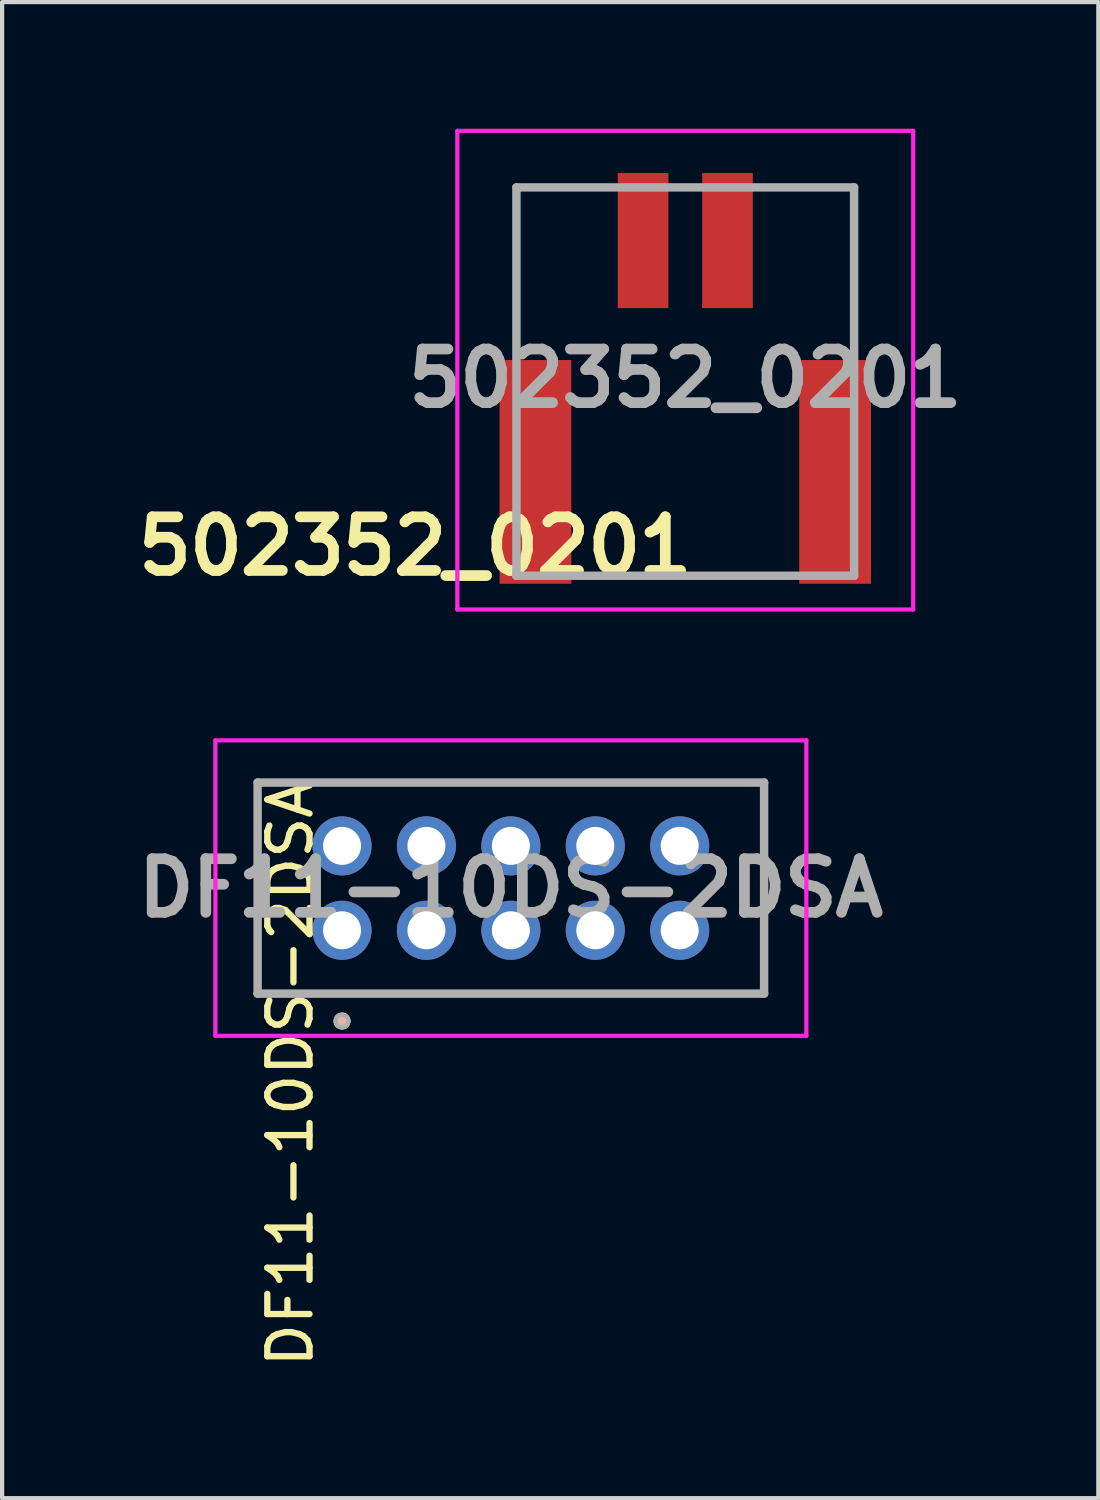
<source format=kicad_pcb>
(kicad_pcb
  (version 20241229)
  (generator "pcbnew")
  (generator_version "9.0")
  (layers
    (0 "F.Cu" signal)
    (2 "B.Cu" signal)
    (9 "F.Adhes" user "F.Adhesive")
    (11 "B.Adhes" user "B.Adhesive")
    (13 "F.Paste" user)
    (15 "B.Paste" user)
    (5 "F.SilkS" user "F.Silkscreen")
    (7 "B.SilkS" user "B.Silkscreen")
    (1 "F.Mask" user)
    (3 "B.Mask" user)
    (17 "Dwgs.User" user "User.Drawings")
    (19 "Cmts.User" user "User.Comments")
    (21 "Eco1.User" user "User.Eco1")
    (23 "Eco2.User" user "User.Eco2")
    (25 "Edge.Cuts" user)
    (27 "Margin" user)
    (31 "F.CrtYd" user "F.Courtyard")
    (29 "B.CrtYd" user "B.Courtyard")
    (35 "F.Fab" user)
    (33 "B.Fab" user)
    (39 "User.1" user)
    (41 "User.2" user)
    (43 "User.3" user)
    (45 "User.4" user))
  (footprint "502352_0201"
    (layer "F.Cu")
    (at 13.185 5.39)
    (property "Reference" "502352_0201" (at -6.4 4.5 0) (layer "F.SilkS") (effects (font (size 1.27 1.27) (thickness 0.254))))
    (attr smd)
    (fp_line (start -4 -4) (end -2.5 -4) (stroke (width 0.1) (type solid)) (layer "F.SilkS"))
    (fp_line (start -4 -0.5) (end -4 -4) (stroke (width 0.1) (type solid)) (layer "F.SilkS"))
    (fp_line (start -2 5.2) (end 2 5.2) (stroke (width 0.1) (type solid)) (layer "F.SilkS"))
    (fp_line (start 4 -4) (end 2.5 -4) (stroke (width 0.1) (type solid)) (layer "F.SilkS"))
    (fp_line (start 4 -0.5) (end 4 -4) (stroke (width 0.1) (type solid)) (layer "F.SilkS"))
    (fp_line (start -5.4 -5.34) (end 5.4 -5.34) (stroke (width 0.1) (type solid)) (layer "F.CrtYd"))
    (fp_line (start -5.4 6) (end -5.4 -5.34) (stroke (width 0.1) (type solid)) (layer "F.CrtYd"))
    (fp_line (start 5.4 -5.34) (end 5.4 6) (stroke (width 0.1) (type solid)) (layer "F.CrtYd"))
    (fp_line (start 5.4 6) (end -5.4 6) (stroke (width 0.1) (type solid)) (layer "F.CrtYd"))
    (fp_line (start -4 -4) (end 4 -4) (stroke (width 0.2) (type solid)) (layer "F.Fab"))
    (fp_line (start -4 5.2) (end -4 -4) (stroke (width 0.2) (type solid)) (layer "F.Fab"))
    (fp_line (start 4 -4) (end 4 5.2) (stroke (width 0.2) (type solid)) (layer "F.Fab"))
    (fp_line (start 4 5.2) (end -4 5.2) (stroke (width 0.2) (type solid)) (layer "F.Fab"))
    (fp_text user "${REFERENCE}" (at 0 0.525 0) (layer "F.Fab") (effects (font (size 1.27 1.27) (thickness 0.254))))
    (pad "1" smd rect (at -1 -2.74) (size 1.2 3.2) (layers "F.Cu" "F.Mask" "F.Paste"))
    (pad "2" smd rect (at 1 -2.74) (size 1.2 3.2) (layers "F.Cu" "F.Mask" "F.Paste"))
    (pad "MP1" smd rect (at -3.55 2.74) (size 1.7 5.3) (layers "F.Cu" "F.Mask" "F.Paste"))
    (pad "MP2" smd rect (at 3.55 2.74) (size 1.7 5.3) (layers "F.Cu" "F.Mask" "F.Paste")))
  (footprint "DF11-10DS-2DSA"
    (layer "F.Cu")
    (at 5.053 18.99)
    (property "Reference" "DF11-10DS-2DSA" (at -1.225 3.4 270) (layer "F.SilkS") (effects (font (size 1 1) (thickness 0.15))))
    (attr through_hole)
    (fp_line (start -2 -3.5) (end 10 -3.5) (stroke (width 0.1) (type solid)) (layer "F.SilkS"))
    (fp_line (start -2 1.5) (end -2 -3.5) (stroke (width 0.1) (type solid)) (layer "F.SilkS"))
    (fp_line (start 10 -3.5) (end 10 1.5) (stroke (width 0.1) (type solid)) (layer "F.SilkS"))
    (fp_line (start 10 1.5) (end -2 1.5) (stroke (width 0.1) (type solid)) (layer "F.SilkS"))
    (fp_circle (center 0 2.15) (end 0.15 2.15) (stroke (width 0.1) (type default)) (fill yes) (layer "F.SilkS"))
    (fp_line (start -2 -3.5) (end 10 -3.5) (stroke (width 0.1) (type solid)) (layer "B.SilkS"))
    (fp_line (start -2 1.5) (end -2 -3.5) (stroke (width 0.1) (type solid)) (layer "B.SilkS"))
    (fp_line (start 10 -3.5) (end 10 1.5) (stroke (width 0.1) (type solid)) (layer "B.SilkS"))
    (fp_line (start 10 1.5) (end -2 1.5) (stroke (width 0.1) (type solid)) (layer "B.SilkS"))
    (fp_circle (center 0 2.15) (end 0.15 2.15) (stroke (width 0.1) (type default)) (fill yes) (layer "B.SilkS"))
    (fp_line (start -3 -4.5) (end 11 -4.5) (stroke (width 0.1) (type solid)) (layer "F.CrtYd"))
    (fp_line (start -3 2.5) (end -3 -4.5) (stroke (width 0.1) (type solid)) (layer "F.CrtYd"))
    (fp_line (start 11 -4.5) (end 11 2.5) (stroke (width 0.1) (type solid)) (layer "F.CrtYd"))
    (fp_line (start 11 2.5) (end -3 2.5) (stroke (width 0.1) (type solid)) (layer "F.CrtYd"))
    (fp_line (start -2 -3.5) (end 10 -3.5) (stroke (width 0.2) (type solid)) (layer "F.Fab"))
    (fp_line (start -2 1.5) (end -2 -3.5) (stroke (width 0.2) (type solid)) (layer "F.Fab"))
    (fp_line (start 10 -3.5) (end 10 1.5) (stroke (width 0.2) (type solid)) (layer "F.Fab"))
    (fp_line (start 10 1.5) (end -2 1.5) (stroke (width 0.2) (type solid)) (layer "F.Fab"))
    (fp_circle (center 0 2.15) (end 0.15 2.15) (stroke (width 0.1) (type default)) (fill no) (layer "F.Fab"))
    (fp_text user "${REFERENCE}" (at 4 -1 0) (layer "F.Fab") (effects (font (size 1.27 1.27) (thickness 0.254))))
    (pad "1" thru_hole circle (at 0 0) (size 1.4 1.4) (drill 0.9) (layers "*.Cu" "*.Mask"))
    (pad "2" thru_hole circle (at 0 -2) (size 1.4 1.4) (drill 0.9) (layers "*.Cu" "*.Mask"))
    (pad "3" thru_hole circle (at 2 0) (size 1.4 1.4) (drill 0.9) (layers "*.Cu" "*.Mask"))
    (pad "4" thru_hole circle (at 2 -2) (size 1.4 1.4) (drill 0.9) (layers "*.Cu" "*.Mask"))
    (pad "5" thru_hole circle (at 4 0) (size 1.4 1.4) (drill 0.9) (layers "*.Cu" "*.Mask"))
    (pad "6" thru_hole circle (at 4 -2) (size 1.4 1.4) (drill 0.9) (layers "*.Cu" "*.Mask"))
    (pad "7" thru_hole circle (at 6 0) (size 1.4 1.4) (drill 0.9) (layers "*.Cu" "*.Mask"))
    (pad "8" thru_hole circle (at 6 -2) (size 1.4 1.4) (drill 0.9) (layers "*.Cu" "*.Mask"))
    (pad "9" thru_hole circle (at 8 0) (size 1.4 1.4) (drill 0.9) (layers "*.Cu" "*.Mask"))
    (pad "10" thru_hole circle (at 8 -2) (size 1.4 1.4) (drill 0.9) (layers "*.Cu" "*.Mask")))
  (gr_rect
    (start -3 -3)
    (end 22.971 32.444)
    (stroke (width 0.1) (type default))
    (fill no)
    (layer "Edge.Cuts")))
</source>
